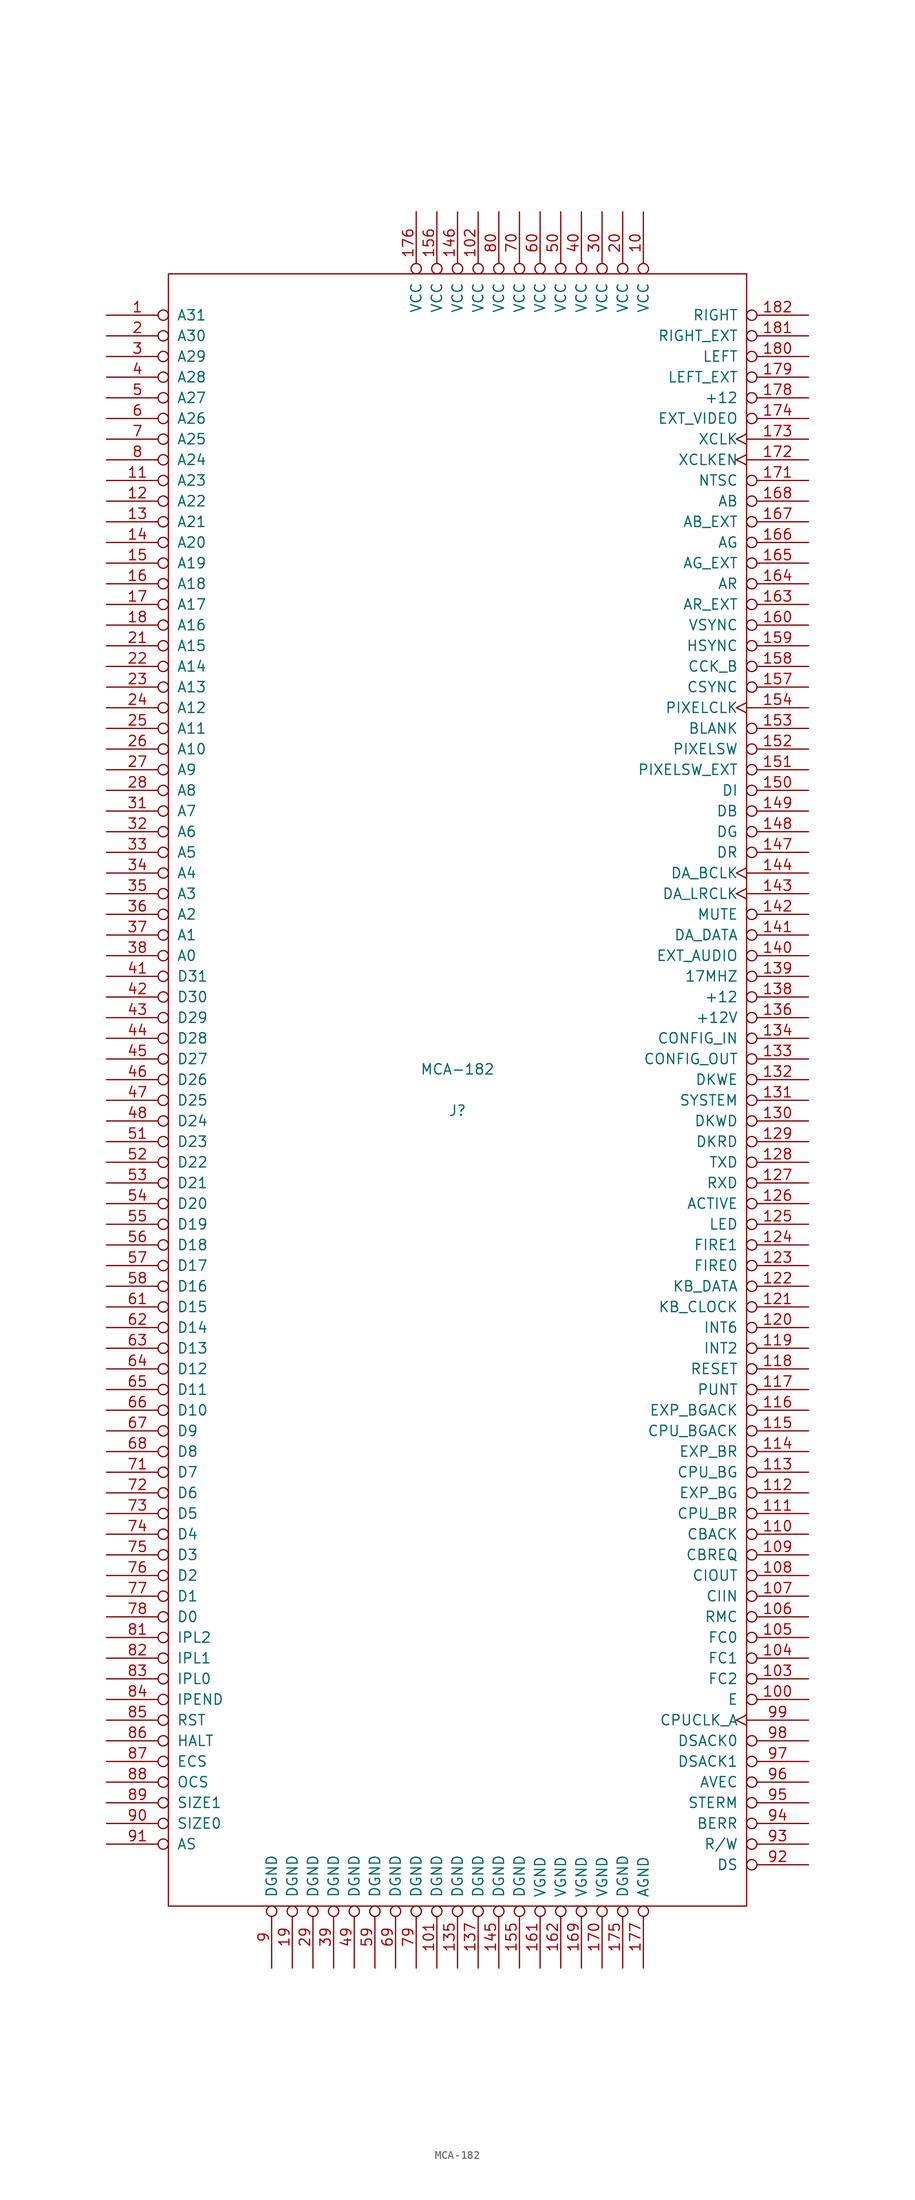
<source format=kicad_sym>
(kicad_symbol_lib
  (version 20241209)
  (generator "kicad_symbol_editor")
  (generator_version "9.0")
  (symbol "MCA-182"
    (pin_names
      (offset 1.016))
    (property "Reference" "J"
      (at 0 -2.54 0)
      (effects (font (size 1.27 1.27))))
    (property "Value" "MCA-182"
      (at 0 2.54 0)
      (effects (font (size 1.27 1.27))))
    (symbol "MCA-182_1_0"
      (rectangle (start -35.56 -100.33) (end 35.56 100.33) (stroke (width 0) (type solid)) (fill (type none))))
    (symbol "MCA-182_1_1"
      (pin input inverted (at -43.18 95.25 0) (length 7.62) (name "A31" (effects (font (size 1.27 1.27)))) (number "1" (effects (font (size 1.27 1.27)))))
      (pin input inverted (at -43.18 92.71 0) (length 7.62) (name "A30" (effects (font (size 1.27 1.27)))) (number "2" (effects (font (size 1.27 1.27)))))
      (pin input inverted (at -43.18 90.17 0) (length 7.62) (name "A29" (effects (font (size 1.27 1.27)))) (number "3" (effects (font (size 1.27 1.27)))))
      (pin input inverted (at -43.18 87.63 0) (length 7.62) (name "A28" (effects (font (size 1.27 1.27)))) (number "4" (effects (font (size 1.27 1.27)))))
      (pin input inverted (at -43.18 85.09 0) (length 7.62) (name "A27" (effects (font (size 1.27 1.27)))) (number "5" (effects (font (size 1.27 1.27)))))
      (pin input inverted (at -43.18 82.55 0) (length 7.62) (name "A26" (effects (font (size 1.27 1.27)))) (number "6" (effects (font (size 1.27 1.27)))))
      (pin input inverted (at -43.18 80.01 0) (length 7.62) (name "A25" (effects (font (size 1.27 1.27)))) (number "7" (effects (font (size 1.27 1.27)))))
      (pin input inverted (at -43.18 77.47 0) (length 7.62) (name "A24" (effects (font (size 1.27 1.27)))) (number "8" (effects (font (size 1.27 1.27)))))
      (pin input inverted (at -43.18 74.93 0) (length 7.62) (name "A23" (effects (font (size 1.27 1.27)))) (number "11" (effects (font (size 1.27 1.27)))))
      (pin input inverted (at -43.18 72.39 0) (length 7.62) (name "A22" (effects (font (size 1.27 1.27)))) (number "12" (effects (font (size 1.27 1.27)))))
      (pin input inverted (at -43.18 69.85 0) (length 7.62) (name "A21" (effects (font (size 1.27 1.27)))) (number "13" (effects (font (size 1.27 1.27)))))
      (pin input inverted (at -43.18 67.31 0) (length 7.62) (name "A20" (effects (font (size 1.27 1.27)))) (number "14" (effects (font (size 1.27 1.27)))))
      (pin input inverted (at -43.18 64.77 0) (length 7.62) (name "A19" (effects (font (size 1.27 1.27)))) (number "15" (effects (font (size 1.27 1.27)))))
      (pin input inverted (at -43.18 62.23 0) (length 7.62) (name "A18" (effects (font (size 1.27 1.27)))) (number "16" (effects (font (size 1.27 1.27)))))
      (pin input inverted (at -43.18 59.69 0) (length 7.62) (name "A17" (effects (font (size 1.27 1.27)))) (number "17" (effects (font (size 1.27 1.27)))))
      (pin input inverted (at -43.18 57.15 0) (length 7.62) (name "A16" (effects (font (size 1.27 1.27)))) (number "18" (effects (font (size 1.27 1.27)))))
      (pin input inverted (at -43.18 54.61 0) (length 7.62) (name "A15" (effects (font (size 1.27 1.27)))) (number "21" (effects (font (size 1.27 1.27)))))
      (pin input inverted (at -43.18 52.07 0) (length 7.62) (name "A14" (effects (font (size 1.27 1.27)))) (number "22" (effects (font (size 1.27 1.27)))))
      (pin input inverted (at -43.18 49.53 0) (length 7.62) (name "A13" (effects (font (size 1.27 1.27)))) (number "23" (effects (font (size 1.27 1.27)))))
      (pin input inverted (at -43.18 46.99 0) (length 7.62) (name "A12" (effects (font (size 1.27 1.27)))) (number "24" (effects (font (size 1.27 1.27)))))
      (pin input inverted (at -43.18 44.45 0) (length 7.62) (name "A11" (effects (font (size 1.27 1.27)))) (number "25" (effects (font (size 1.27 1.27)))))
      (pin input inverted (at -43.18 41.91 0) (length 7.62) (name "A10" (effects (font (size 1.27 1.27)))) (number "26" (effects (font (size 1.27 1.27)))))
      (pin input inverted (at -43.18 39.37 0) (length 7.62) (name "A9" (effects (font (size 1.27 1.27)))) (number "27" (effects (font (size 1.27 1.27)))))
      (pin input inverted (at -43.18 36.83 0) (length 7.62) (name "A8" (effects (font (size 1.27 1.27)))) (number "28" (effects (font (size 1.27 1.27)))))
      (pin input inverted (at -43.18 34.29 0) (length 7.62) (name "A7" (effects (font (size 1.27 1.27)))) (number "31" (effects (font (size 1.27 1.27)))))
      (pin input inverted (at -43.18 31.75 0) (length 7.62) (name "A6" (effects (font (size 1.27 1.27)))) (number "32" (effects (font (size 1.27 1.27)))))
      (pin input inverted (at -43.18 29.21 0) (length 7.62) (name "A5" (effects (font (size 1.27 1.27)))) (number "33" (effects (font (size 1.27 1.27)))))
      (pin input inverted (at -43.18 26.67 0) (length 7.62) (name "A4" (effects (font (size 1.27 1.27)))) (number "34" (effects (font (size 1.27 1.27)))))
      (pin input inverted (at -43.18 24.13 0) (length 7.62) (name "A3" (effects (font (size 1.27 1.27)))) (number "35" (effects (font (size 1.27 1.27)))))
      (pin input inverted (at -43.18 21.59 0) (length 7.62) (name "A2" (effects (font (size 1.27 1.27)))) (number "36" (effects (font (size 1.27 1.27)))))
      (pin input inverted (at -43.18 19.05 0) (length 7.62) (name "A1" (effects (font (size 1.27 1.27)))) (number "37" (effects (font (size 1.27 1.27)))))
      (pin input inverted (at -43.18 16.51 0) (length 7.62) (name "A0" (effects (font (size 1.27 1.27)))) (number "38" (effects (font (size 1.27 1.27)))))
      (pin input inverted (at -43.18 13.97 0) (length 7.62) (name "D31" (effects (font (size 1.27 1.27)))) (number "41" (effects (font (size 1.27 1.27)))))
      (pin input inverted (at -43.18 11.43 0) (length 7.62) (name "D30" (effects (font (size 1.27 1.27)))) (number "42" (effects (font (size 1.27 1.27)))))
      (pin input inverted (at -43.18 8.89 0) (length 7.62) (name "D29" (effects (font (size 1.27 1.27)))) (number "43" (effects (font (size 1.27 1.27)))))
      (pin input inverted (at -43.18 6.35 0) (length 7.62) (name "D28" (effects (font (size 1.27 1.27)))) (number "44" (effects (font (size 1.27 1.27)))))
      (pin input inverted (at -43.18 3.81 0) (length 7.62) (name "D27" (effects (font (size 1.27 1.27)))) (number "45" (effects (font (size 1.27 1.27)))))
      (pin input inverted (at -43.18 1.27 0) (length 7.62) (name "D26" (effects (font (size 1.27 1.27)))) (number "46" (effects (font (size 1.27 1.27)))))
      (pin input inverted (at -43.18 -1.27 0) (length 7.62) (name "D25" (effects (font (size 1.27 1.27)))) (number "47" (effects (font (size 1.27 1.27)))))
      (pin input inverted (at -43.18 -3.81 0) (length 7.62) (name "D24" (effects (font (size 1.27 1.27)))) (number "48" (effects (font (size 1.27 1.27)))))
      (pin input inverted (at -43.18 -6.35 0) (length 7.62) (name "D23" (effects (font (size 1.27 1.27)))) (number "51" (effects (font (size 1.27 1.27)))))
      (pin input inverted (at -43.18 -8.89 0) (length 7.62) (name "D22" (effects (font (size 1.27 1.27)))) (number "52" (effects (font (size 1.27 1.27)))))
      (pin input inverted (at -43.18 -11.43 0) (length 7.62) (name "D21" (effects (font (size 1.27 1.27)))) (number "53" (effects (font (size 1.27 1.27)))))
      (pin input inverted (at -43.18 -13.97 0) (length 7.62) (name "D20" (effects (font (size 1.27 1.27)))) (number "54" (effects (font (size 1.27 1.27)))))
      (pin input inverted (at -43.18 -16.51 0) (length 7.62) (name "D19" (effects (font (size 1.27 1.27)))) (number "55" (effects (font (size 1.27 1.27)))))
      (pin input inverted (at -43.18 -19.05 0) (length 7.62) (name "D18" (effects (font (size 1.27 1.27)))) (number "56" (effects (font (size 1.27 1.27)))))
      (pin input inverted (at -43.18 -21.59 0) (length 7.62) (name "D17" (effects (font (size 1.27 1.27)))) (number "57" (effects (font (size 1.27 1.27)))))
      (pin input inverted (at -43.18 -24.13 0) (length 7.62) (name "D16" (effects (font (size 1.27 1.27)))) (number "58" (effects (font (size 1.27 1.27)))))
      (pin input inverted (at -43.18 -26.67 0) (length 7.62) (name "D15" (effects (font (size 1.27 1.27)))) (number "61" (effects (font (size 1.27 1.27)))))
      (pin input inverted (at -43.18 -29.21 0) (length 7.62) (name "D14" (effects (font (size 1.27 1.27)))) (number "62" (effects (font (size 1.27 1.27)))))
      (pin input inverted (at -43.18 -31.75 0) (length 7.62) (name "D13" (effects (font (size 1.27 1.27)))) (number "63" (effects (font (size 1.27 1.27)))))
      (pin input inverted (at -43.18 -34.29 0) (length 7.62) (name "D12" (effects (font (size 1.27 1.27)))) (number "64" (effects (font (size 1.27 1.27)))))
      (pin input inverted (at -43.18 -36.83 0) (length 7.62) (name "D11" (effects (font (size 1.27 1.27)))) (number "65" (effects (font (size 1.27 1.27)))))
      (pin input inverted (at -43.18 -39.37 0) (length 7.62) (name "D10" (effects (font (size 1.27 1.27)))) (number "66" (effects (font (size 1.27 1.27)))))
      (pin input inverted (at -43.18 -41.91 0) (length 7.62) (name "D9" (effects (font (size 1.27 1.27)))) (number "67" (effects (font (size 1.27 1.27)))))
      (pin input inverted (at -43.18 -44.45 0) (length 7.62) (name "D8" (effects (font (size 1.27 1.27)))) (number "68" (effects (font (size 1.27 1.27)))))
      (pin input inverted (at -43.18 -46.99 0) (length 7.62) (name "D7" (effects (font (size 1.27 1.27)))) (number "71" (effects (font (size 1.27 1.27)))))
      (pin input inverted (at -43.18 -49.53 0) (length 7.62) (name "D6" (effects (font (size 1.27 1.27)))) (number "72" (effects (font (size 1.27 1.27)))))
      (pin input inverted (at -43.18 -52.07 0) (length 7.62) (name "D5" (effects (font (size 1.27 1.27)))) (number "73" (effects (font (size 1.27 1.27)))))
      (pin input inverted (at -43.18 -54.61 0) (length 7.62) (name "D4" (effects (font (size 1.27 1.27)))) (number "74" (effects (font (size 1.27 1.27)))))
      (pin input inverted (at -43.18 -57.15 0) (length 7.62) (name "D3" (effects (font (size 1.27 1.27)))) (number "75" (effects (font (size 1.27 1.27)))))
      (pin input inverted (at -43.18 -59.69 0) (length 7.62) (name "D2" (effects (font (size 1.27 1.27)))) (number "76" (effects (font (size 1.27 1.27)))))
      (pin input inverted (at -43.18 -62.23 0) (length 7.62) (name "D1" (effects (font (size 1.27 1.27)))) (number "77" (effects (font (size 1.27 1.27)))))
      (pin input inverted (at -43.18 -64.77 0) (length 7.62) (name "D0" (effects (font (size 1.27 1.27)))) (number "78" (effects (font (size 1.27 1.27)))))
      (pin input inverted (at -43.18 -67.31 0) (length 7.62) (name "IPL2" (effects (font (size 1.27 1.27)))) (number "81" (effects (font (size 1.27 1.27)))))
      (pin input inverted (at -43.18 -69.85 0) (length 7.62) (name "IPL1" (effects (font (size 1.27 1.27)))) (number "82" (effects (font (size 1.27 1.27)))))
      (pin input inverted (at -43.18 -72.39 0) (length 7.62) (name "IPL0" (effects (font (size 1.27 1.27)))) (number "83" (effects (font (size 1.27 1.27)))))
      (pin input inverted (at -43.18 -74.93 0) (length 7.62) (name "IPEND" (effects (font (size 1.27 1.27)))) (number "84" (effects (font (size 1.27 1.27)))))
      (pin input inverted (at -43.18 -77.47 0) (length 7.62) (name "RST" (effects (font (size 1.27 1.27)))) (number "85" (effects (font (size 1.27 1.27)))))
      (pin input inverted (at -43.18 -80.01 0) (length 7.62) (name "HALT" (effects (font (size 1.27 1.27)))) (number "86" (effects (font (size 1.27 1.27)))))
      (pin input inverted (at -43.18 -82.55 0) (length 7.62) (name "ECS" (effects (font (size 1.27 1.27)))) (number "87" (effects (font (size 1.27 1.27)))))
      (pin input inverted (at -43.18 -85.09 0) (length 7.62) (name "OCS" (effects (font (size 1.27 1.27)))) (number "88" (effects (font (size 1.27 1.27)))))
      (pin input inverted (at -43.18 -87.63 0) (length 7.62) (name "SIZE1" (effects (font (size 1.27 1.27)))) (number "89" (effects (font (size 1.27 1.27)))))
      (pin input inverted (at -43.18 -90.17 0) (length 7.62) (name "SIZE0" (effects (font (size 1.27 1.27)))) (number "90" (effects (font (size 1.27 1.27)))))
      (pin input inverted (at -43.18 -92.71 0) (length 7.62) (name "AS" (effects (font (size 1.27 1.27)))) (number "91" (effects (font (size 1.27 1.27)))))
      (pin power_in inverted (at -22.86 -107.95 90) (length 7.62) (name "DGND" (effects (font (size 1.27 1.27)))) (number "9" (effects (font (size 1.27 1.27)))))
      (pin power_in inverted (at -20.32 -107.95 90) (length 7.62) (name "DGND" (effects (font (size 1.27 1.27)))) (number "19" (effects (font (size 1.27 1.27)))))
      (pin power_in inverted (at -17.78 -107.95 90) (length 7.62) (name "DGND" (effects (font (size 1.27 1.27)))) (number "29" (effects (font (size 1.27 1.27)))))
      (pin power_in inverted (at -15.24 -107.95 90) (length 7.62) (name "DGND" (effects (font (size 1.27 1.27)))) (number "39" (effects (font (size 1.27 1.27)))))
      (pin power_in inverted (at -12.7 -107.95 90) (length 7.62) (name "DGND" (effects (font (size 1.27 1.27)))) (number "49" (effects (font (size 1.27 1.27)))))
      (pin power_in inverted (at -10.16 -107.95 90) (length 7.62) (name "DGND" (effects (font (size 1.27 1.27)))) (number "59" (effects (font (size 1.27 1.27)))))
      (pin power_in inverted (at -7.62 -107.95 90) (length 7.62) (name "DGND" (effects (font (size 1.27 1.27)))) (number "69" (effects (font (size 1.27 1.27)))))
      (pin power_in inverted (at -5.08 107.95 270) (length 7.62) (name "VCC" (effects (font (size 1.27 1.27)))) (number "176" (effects (font (size 1.27 1.27)))))
      (pin power_in inverted (at -5.08 -107.95 90) (length 7.62) (name "DGND" (effects (font (size 1.27 1.27)))) (number "79" (effects (font (size 1.27 1.27)))))
      (pin power_in inverted (at -2.54 107.95 270) (length 7.62) (name "VCC" (effects (font (size 1.27 1.27)))) (number "156" (effects (font (size 1.27 1.27)))))
      (pin power_in inverted (at -2.54 -107.95 90) (length 7.62) (name "DGND" (effects (font (size 1.27 1.27)))) (number "101" (effects (font (size 1.27 1.27)))))
      (pin power_in inverted (at 0 107.95 270) (length 7.62) (name "VCC" (effects (font (size 1.27 1.27)))) (number "146" (effects (font (size 1.27 1.27)))))
      (pin power_in inverted (at 0 -107.95 90) (length 7.62) (name "DGND" (effects (font (size 1.27 1.27)))) (number "135" (effects (font (size 1.27 1.27)))))
      (pin power_in inverted (at 2.54 107.95 270) (length 7.62) (name "VCC" (effects (font (size 1.27 1.27)))) (number "102" (effects (font (size 1.27 1.27)))))
      (pin power_in inverted (at 2.54 -107.95 90) (length 7.62) (name "DGND" (effects (font (size 1.27 1.27)))) (number "137" (effects (font (size 1.27 1.27)))))
      (pin power_in inverted (at 5.08 107.95 270) (length 7.62) (name "VCC" (effects (font (size 1.27 1.27)))) (number "80" (effects (font (size 1.27 1.27)))))
      (pin power_in inverted (at 5.08 -107.95 90) (length 7.62) (name "DGND" (effects (font (size 1.27 1.27)))) (number "145" (effects (font (size 1.27 1.27)))))
      (pin power_in inverted (at 7.62 107.95 270) (length 7.62) (name "VCC" (effects (font (size 1.27 1.27)))) (number "70" (effects (font (size 1.27 1.27)))))
      (pin power_in inverted (at 7.62 -107.95 90) (length 7.62) (name "DGND" (effects (font (size 1.27 1.27)))) (number "155" (effects (font (size 1.27 1.27)))))
      (pin power_in inverted (at 10.16 107.95 270) (length 7.62) (name "VCC" (effects (font (size 1.27 1.27)))) (number "60" (effects (font (size 1.27 1.27)))))
      (pin power_in inverted (at 10.16 -107.95 90) (length 7.62) (name "VGND" (effects (font (size 1.27 1.27)))) (number "161" (effects (font (size 1.27 1.27)))))
      (pin power_in inverted (at 12.7 107.95 270) (length 7.62) (name "VCC" (effects (font (size 1.27 1.27)))) (number "50" (effects (font (size 1.27 1.27)))))
      (pin power_in inverted (at 12.7 -107.95 90) (length 7.62) (name "VGND" (effects (font (size 1.27 1.27)))) (number "162" (effects (font (size 1.27 1.27)))))
      (pin power_in inverted (at 15.24 107.95 270) (length 7.62) (name "VCC" (effects (font (size 1.27 1.27)))) (number "40" (effects (font (size 1.27 1.27)))))
      (pin power_in inverted (at 15.24 -107.95 90) (length 7.62) (name "VGND" (effects (font (size 1.27 1.27)))) (number "169" (effects (font (size 1.27 1.27)))))
      (pin power_in inverted (at 17.78 107.95 270) (length 7.62) (name "VCC" (effects (font (size 1.27 1.27)))) (number "30" (effects (font (size 1.27 1.27)))))
      (pin power_in inverted (at 17.78 -107.95 90) (length 7.62) (name "VGND" (effects (font (size 1.27 1.27)))) (number "170" (effects (font (size 1.27 1.27)))))
      (pin power_in inverted (at 20.32 107.95 270) (length 7.62) (name "VCC" (effects (font (size 1.27 1.27)))) (number "20" (effects (font (size 1.27 1.27)))))
      (pin power_in inverted (at 20.32 -107.95 90) (length 7.62) (name "DGND" (effects (font (size 1.27 1.27)))) (number "175" (effects (font (size 1.27 1.27)))))
      (pin power_in inverted (at 22.86 107.95 270) (length 7.62) (name "VCC" (effects (font (size 1.27 1.27)))) (number "10" (effects (font (size 1.27 1.27)))))
      (pin power_in inverted (at 22.86 -107.95 90) (length 7.62) (name "AGND" (effects (font (size 1.27 1.27)))) (number "177" (effects (font (size 1.27 1.27)))))
      (pin input inverted (at 43.18 95.25 180) (length 7.62) (name "RIGHT" (effects (font (size 1.27 1.27)))) (number "182" (effects (font (size 1.27 1.27)))))
      (pin input inverted (at 43.18 92.71 180) (length 7.62) (name "RIGHT_EXT" (effects (font (size 1.27 1.27)))) (number "181" (effects (font (size 1.27 1.27)))))
      (pin input inverted (at 43.18 90.17 180) (length 7.62) (name "LEFT" (effects (font (size 1.27 1.27)))) (number "180" (effects (font (size 1.27 1.27)))))
      (pin input inverted (at 43.18 87.63 180) (length 7.62) (name "LEFT_EXT" (effects (font (size 1.27 1.27)))) (number "179" (effects (font (size 1.27 1.27)))))
      (pin input inverted (at 43.18 85.09 180) (length 7.62) (name "+12" (effects (font (size 1.27 1.27)))) (number "178" (effects (font (size 1.27 1.27)))))
      (pin input inverted (at 43.18 82.55 180) (length 7.62) (name "EXT_VIDEO" (effects (font (size 1.27 1.27)))) (number "174" (effects (font (size 1.27 1.27)))))
      (pin input clock (at 43.18 80.01 180) (length 7.62) (name "XCLK" (effects (font (size 1.27 1.27)))) (number "173" (effects (font (size 1.27 1.27)))))
      (pin input clock (at 43.18 77.47 180) (length 7.62) (name "XCLKEN" (effects (font (size 1.27 1.27)))) (number "172" (effects (font (size 1.27 1.27)))))
      (pin input inverted (at 43.18 74.93 180) (length 7.62) (name "NTSC" (effects (font (size 1.27 1.27)))) (number "171" (effects (font (size 1.27 1.27)))))
      (pin input inverted (at 43.18 72.39 180) (length 7.62) (name "AB" (effects (font (size 1.27 1.27)))) (number "168" (effects (font (size 1.27 1.27)))))
      (pin input inverted (at 43.18 69.85 180) (length 7.62) (name "AB_EXT" (effects (font (size 1.27 1.27)))) (number "167" (effects (font (size 1.27 1.27)))))
      (pin input inverted (at 43.18 67.31 180) (length 7.62) (name "AG" (effects (font (size 1.27 1.27)))) (number "166" (effects (font (size 1.27 1.27)))))
      (pin input inverted (at 43.18 64.77 180) (length 7.62) (name "AG_EXT" (effects (font (size 1.27 1.27)))) (number "165" (effects (font (size 1.27 1.27)))))
      (pin input inverted (at 43.18 62.23 180) (length 7.62) (name "AR" (effects (font (size 1.27 1.27)))) (number "164" (effects (font (size 1.27 1.27)))))
      (pin input inverted (at 43.18 59.69 180) (length 7.62) (name "AR_EXT" (effects (font (size 1.27 1.27)))) (number "163" (effects (font (size 1.27 1.27)))))
      (pin input inverted (at 43.18 57.15 180) (length 7.62) (name "VSYNC" (effects (font (size 1.27 1.27)))) (number "160" (effects (font (size 1.27 1.27)))))
      (pin input inverted (at 43.18 54.61 180) (length 7.62) (name "HSYNC" (effects (font (size 1.27 1.27)))) (number "159" (effects (font (size 1.27 1.27)))))
      (pin input inverted (at 43.18 52.07 180) (length 7.62) (name "CCK_B" (effects (font (size 1.27 1.27)))) (number "158" (effects (font (size 1.27 1.27)))))
      (pin input inverted (at 43.18 49.53 180) (length 7.62) (name "CSYNC" (effects (font (size 1.27 1.27)))) (number "157" (effects (font (size 1.27 1.27)))))
      (pin input clock (at 43.18 46.99 180) (length 7.62) (name "PIXELCLK" (effects (font (size 1.27 1.27)))) (number "154" (effects (font (size 1.27 1.27)))))
      (pin input inverted (at 43.18 44.45 180) (length 7.62) (name "BLANK" (effects (font (size 1.27 1.27)))) (number "153" (effects (font (size 1.27 1.27)))))
      (pin input inverted (at 43.18 41.91 180) (length 7.62) (name "PIXELSW" (effects (font (size 1.27 1.27)))) (number "152" (effects (font (size 1.27 1.27)))))
      (pin input inverted (at 43.18 39.37 180) (length 7.62) (name "PIXELSW_EXT" (effects (font (size 1.27 1.27)))) (number "151" (effects (font (size 1.27 1.27)))))
      (pin input inverted (at 43.18 36.83 180) (length 7.62) (name "DI" (effects (font (size 1.27 1.27)))) (number "150" (effects (font (size 1.27 1.27)))))
      (pin input inverted (at 43.18 34.29 180) (length 7.62) (name "DB" (effects (font (size 1.27 1.27)))) (number "149" (effects (font (size 1.27 1.27)))))
      (pin input inverted (at 43.18 31.75 180) (length 7.62) (name "DG" (effects (font (size 1.27 1.27)))) (number "148" (effects (font (size 1.27 1.27)))))
      (pin input inverted (at 43.18 29.21 180) (length 7.62) (name "DR" (effects (font (size 1.27 1.27)))) (number "147" (effects (font (size 1.27 1.27)))))
      (pin input clock (at 43.18 26.67 180) (length 7.62) (name "DA_BCLK" (effects (font (size 1.27 1.27)))) (number "144" (effects (font (size 1.27 1.27)))))
      (pin input clock (at 43.18 24.13 180) (length 7.62) (name "DA_LRCLK" (effects (font (size 1.27 1.27)))) (number "143" (effects (font (size 1.27 1.27)))))
      (pin input inverted (at 43.18 21.59 180) (length 7.62) (name "MUTE" (effects (font (size 1.27 1.27)))) (number "142" (effects (font (size 1.27 1.27)))))
      (pin input inverted (at 43.18 19.05 180) (length 7.62) (name "DA_DATA" (effects (font (size 1.27 1.27)))) (number "141" (effects (font (size 1.27 1.27)))))
      (pin input inverted (at 43.18 16.51 180) (length 7.62) (name "EXT_AUDIO" (effects (font (size 1.27 1.27)))) (number "140" (effects (font (size 1.27 1.27)))))
      (pin input inverted (at 43.18 13.97 180) (length 7.62) (name "17MHZ" (effects (font (size 1.27 1.27)))) (number "139" (effects (font (size 1.27 1.27)))))
      (pin input inverted (at 43.18 11.43 180) (length 7.62) (name "+12" (effects (font (size 1.27 1.27)))) (number "138" (effects (font (size 1.27 1.27)))))
      (pin input inverted (at 43.18 8.89 180) (length 7.62) (name "+12V" (effects (font (size 1.27 1.27)))) (number "136" (effects (font (size 1.27 1.27)))))
      (pin input inverted (at 43.18 6.35 180) (length 7.62) (name "CONFIG_IN" (effects (font (size 1.27 1.27)))) (number "134" (effects (font (size 1.27 1.27)))))
      (pin output inverted (at 43.18 3.81 180) (length 7.62) (name "CONFIG_OUT" (effects (font (size 1.27 1.27)))) (number "133" (effects (font (size 1.27 1.27)))))
      (pin input inverted (at 43.18 1.27 180) (length 7.62) (name "DKWE" (effects (font (size 1.27 1.27)))) (number "132" (effects (font (size 1.27 1.27)))))
      (pin input inverted (at 43.18 -1.27 180) (length 7.62) (name "SYSTEM" (effects (font (size 1.27 1.27)))) (number "131" (effects (font (size 1.27 1.27)))))
      (pin input inverted (at 43.18 -3.81 180) (length 7.62) (name "DKWD" (effects (font (size 1.27 1.27)))) (number "130" (effects (font (size 1.27 1.27)))))
      (pin input inverted (at 43.18 -6.35 180) (length 7.62) (name "DKRD" (effects (font (size 1.27 1.27)))) (number "129" (effects (font (size 1.27 1.27)))))
      (pin input inverted (at 43.18 -8.89 180) (length 7.62) (name "TXD" (effects (font (size 1.27 1.27)))) (number "128" (effects (font (size 1.27 1.27)))))
      (pin input inverted (at 43.18 -11.43 180) (length 7.62) (name "RXD" (effects (font (size 1.27 1.27)))) (number "127" (effects (font (size 1.27 1.27)))))
      (pin input inverted (at 43.18 -13.97 180) (length 7.62) (name "ACTIVE" (effects (font (size 1.27 1.27)))) (number "126" (effects (font (size 1.27 1.27)))))
      (pin input inverted (at 43.18 -16.51 180) (length 7.62) (name "LED" (effects (font (size 1.27 1.27)))) (number "125" (effects (font (size 1.27 1.27)))))
      (pin input inverted (at 43.18 -19.05 180) (length 7.62) (name "FIRE1" (effects (font (size 1.27 1.27)))) (number "124" (effects (font (size 1.27 1.27)))))
      (pin input inverted (at 43.18 -21.59 180) (length 7.62) (name "FIRE0" (effects (font (size 1.27 1.27)))) (number "123" (effects (font (size 1.27 1.27)))))
      (pin input inverted (at 43.18 -24.13 180) (length 7.62) (name "KB_DATA" (effects (font (size 1.27 1.27)))) (number "122" (effects (font (size 1.27 1.27)))))
      (pin input inverted (at 43.18 -26.67 180) (length 7.62) (name "KB_CLOCK" (effects (font (size 1.27 1.27)))) (number "121" (effects (font (size 1.27 1.27)))))
      (pin input inverted (at 43.18 -29.21 180) (length 7.62) (name "INT6" (effects (font (size 1.27 1.27)))) (number "120" (effects (font (size 1.27 1.27)))))
      (pin input inverted (at 43.18 -31.75 180) (length 7.62) (name "INT2" (effects (font (size 1.27 1.27)))) (number "119" (effects (font (size 1.27 1.27)))))
      (pin input inverted (at 43.18 -34.29 180) (length 7.62) (name "RESET" (effects (font (size 1.27 1.27)))) (number "118" (effects (font (size 1.27 1.27)))))
      (pin input inverted (at 43.18 -36.83 180) (length 7.62) (name "PUNT" (effects (font (size 1.27 1.27)))) (number "117" (effects (font (size 1.27 1.27)))))
      (pin input inverted (at 43.18 -39.37 180) (length 7.62) (name "EXP_BGACK" (effects (font (size 1.27 1.27)))) (number "116" (effects (font (size 1.27 1.27)))))
      (pin input inverted (at 43.18 -41.91 180) (length 7.62) (name "CPU_BGACK" (effects (font (size 1.27 1.27)))) (number "115" (effects (font (size 1.27 1.27)))))
      (pin input inverted (at 43.18 -44.45 180) (length 7.62) (name "EXP_BR" (effects (font (size 1.27 1.27)))) (number "114" (effects (font (size 1.27 1.27)))))
      (pin input inverted (at 43.18 -46.99 180) (length 7.62) (name "CPU_BG" (effects (font (size 1.27 1.27)))) (number "113" (effects (font (size 1.27 1.27)))))
      (pin input inverted (at 43.18 -49.53 180) (length 7.62) (name "EXP_BG" (effects (font (size 1.27 1.27)))) (number "112" (effects (font (size 1.27 1.27)))))
      (pin input inverted (at 43.18 -52.07 180) (length 7.62) (name "CPU_BR" (effects (font (size 1.27 1.27)))) (number "111" (effects (font (size 1.27 1.27)))))
      (pin input inverted (at 43.18 -54.61 180) (length 7.62) (name "CBACK" (effects (font (size 1.27 1.27)))) (number "110" (effects (font (size 1.27 1.27)))))
      (pin input inverted (at 43.18 -57.15 180) (length 7.62) (name "CBREQ" (effects (font (size 1.27 1.27)))) (number "109" (effects (font (size 1.27 1.27)))))
      (pin output inverted (at 43.18 -59.69 180) (length 7.62) (name "CIOUT" (effects (font (size 1.27 1.27)))) (number "108" (effects (font (size 1.27 1.27)))))
      (pin input inverted (at 43.18 -62.23 180) (length 7.62) (name "CIIN" (effects (font (size 1.27 1.27)))) (number "107" (effects (font (size 1.27 1.27)))))
      (pin input inverted (at 43.18 -64.77 180) (length 7.62) (name "RMC" (effects (font (size 1.27 1.27)))) (number "106" (effects (font (size 1.27 1.27)))))
      (pin input inverted (at 43.18 -67.31 180) (length 7.62) (name "FC0" (effects (font (size 1.27 1.27)))) (number "105" (effects (font (size 1.27 1.27)))))
      (pin input inverted (at 43.18 -69.85 180) (length 7.62) (name "FC1" (effects (font (size 1.27 1.27)))) (number "104" (effects (font (size 1.27 1.27)))))
      (pin input inverted (at 43.18 -72.39 180) (length 7.62) (name "FC2" (effects (font (size 1.27 1.27)))) (number "103" (effects (font (size 1.27 1.27)))))
      (pin input inverted (at 43.18 -74.93 180) (length 7.62) (name "E" (effects (font (size 1.27 1.27)))) (number "100" (effects (font (size 1.27 1.27)))))
      (pin input clock (at 43.18 -77.47 180) (length 7.62) (name "CPUCLK_A" (effects (font (size 1.27 1.27)))) (number "99" (effects (font (size 1.27 1.27)))))
      (pin input inverted (at 43.18 -80.01 180) (length 7.62) (name "DSACK0" (effects (font (size 1.27 1.27)))) (number "98" (effects (font (size 1.27 1.27)))))
      (pin input inverted (at 43.18 -82.55 180) (length 7.62) (name "DSACK1" (effects (font (size 1.27 1.27)))) (number "97" (effects (font (size 1.27 1.27)))))
      (pin input inverted (at 43.18 -85.09 180) (length 7.62) (name "AVEC" (effects (font (size 1.27 1.27)))) (number "96" (effects (font (size 1.27 1.27)))))
      (pin input inverted (at 43.18 -87.63 180) (length 7.62) (name "STERM" (effects (font (size 1.27 1.27)))) (number "95" (effects (font (size 1.27 1.27)))))
      (pin input inverted (at 43.18 -90.17 180) (length 7.62) (name "BERR" (effects (font (size 1.27 1.27)))) (number "94" (effects (font (size 1.27 1.27)))))
      (pin input inverted (at 43.18 -92.71 180) (length 7.62) (name "R/W" (effects (font (size 1.27 1.27)))) (number "93" (effects (font (size 1.27 1.27)))))
      (pin input inverted (at 43.18 -95.25 180) (length 7.62) (name "DS" (effects (font (size 1.27 1.27)))) (number "92" (effects (font (size 1.27 1.27))))))))
</source>
